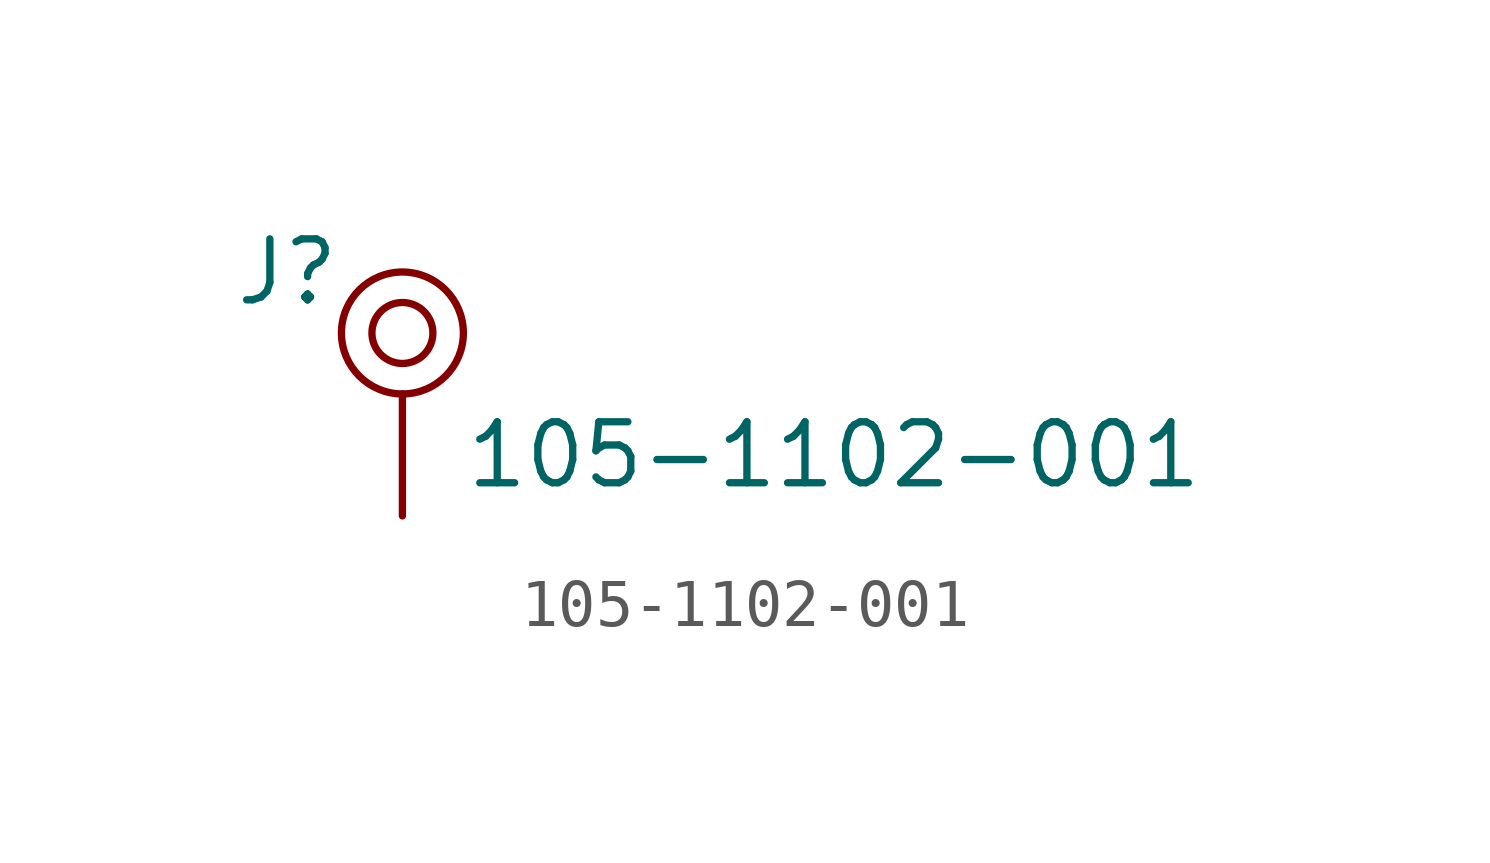
<source format=kicad_sym>
(kicad_symbol_lib
  (version 20220914)
  (generator kicad_symbol_editor)
  (symbol "105-1102-001"
    (pin_numbers hide)
    (pin_names
      (offset 1.016) hide)
    (property "Reference" "J"
      (at -1.27 1.27 0)
      (effects (font (size 1.27 1.27)) (justify right)))
    (property "Value" "105-1102-001"
      (at 1.27 -2.54 0)
      (effects (font (size 1.27 1.27)) (justify left)))
    (symbol "105-1102-001_0_1"
      (circle (center 0 0) (radius 1.27) (stroke (width 0) (type default)) (fill (type none))))
    (symbol "105-1102-001_1_1"
      (circle (center 0 0) (radius 0.635) (stroke (width 0) (type default)) (fill (type none)))
      (pin passive line (at 0 -3.81 90) (length 2.54) (name "~" (effects (font (size 1.27 1.27)))) (number "1" (effects (font (size 1.27 1.27))))))))
</source>
